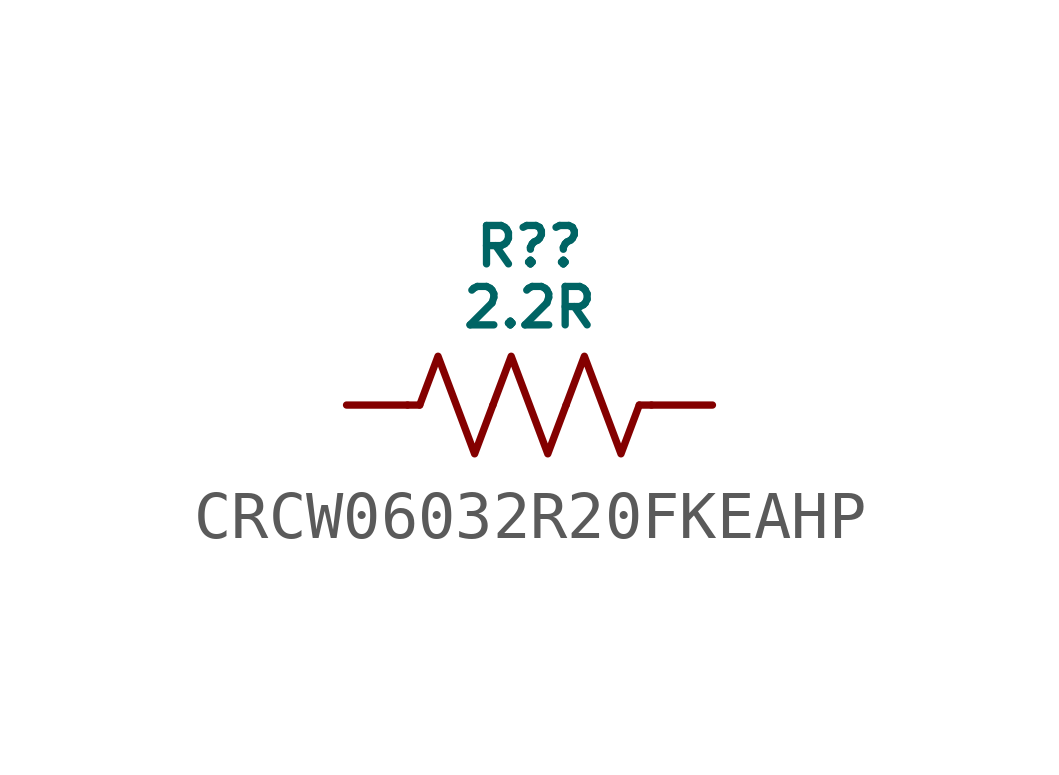
<source format=kicad_sym>
(kicad_symbol_lib
  (version 20231120)
  (generator "kicad_symbol_editor")
  (generator_version "8.0")
  (symbol "CRCW06032R20FKEAHP"
    (pin_numbers hide)
    (pin_names hide)
    (property "Reference" "R?"
      (at 0 3.302 0)
      (do_not_autoplace)
      (effects (font (size 0.8 0.8))))
    (property "Value" "2.2R"
      (at 0 2.032 0)
      (do_not_autoplace)
      (effects (font (size 0.8 0.8))))
    (symbol "CRCW06032R20FKEAHP_0_1"
      (polyline (pts (xy -2.286 0) (xy -2.54 0)) (stroke (width 0) (type default)) (fill (type none)))
      (polyline (pts (xy 2.286 0) (xy 2.54 0)) (stroke (width 0) (type default)) (fill (type none)))
      (polyline (pts (xy -2.286 0) (xy -1.905 1.016) (xy -1.524 0) (xy -1.143 -1.016) (xy -0.762 0)) (stroke (width 0) (type default)) (fill (type none)))
      (polyline (pts (xy -0.762 0) (xy -0.381 1.016) (xy 0 0) (xy 0.381 -1.016) (xy 0.762 0)) (stroke (width 0) (type default)) (fill (type none)))
      (polyline (pts (xy 0.762 0) (xy 1.143 1.016) (xy 1.524 0) (xy 1.905 -1.016) (xy 2.286 0)) (stroke (width 0) (type default)) (fill (type none))))
    (symbol "CRCW06032R20FKEAHP_1_0"
      (pin passive line (at -3.81 0 0) (length 1.27) (name "" (effects (font (size 0.8 0.8)))) (number "1" (effects (font (size 0.8 0.8)))))
      (pin passive line (at 3.81 0 180) (length 1.27) (name "" (effects (font (size 0.8 0.8)))) (number "2" (effects (font (size 0.8 0.8))))))))
</source>
